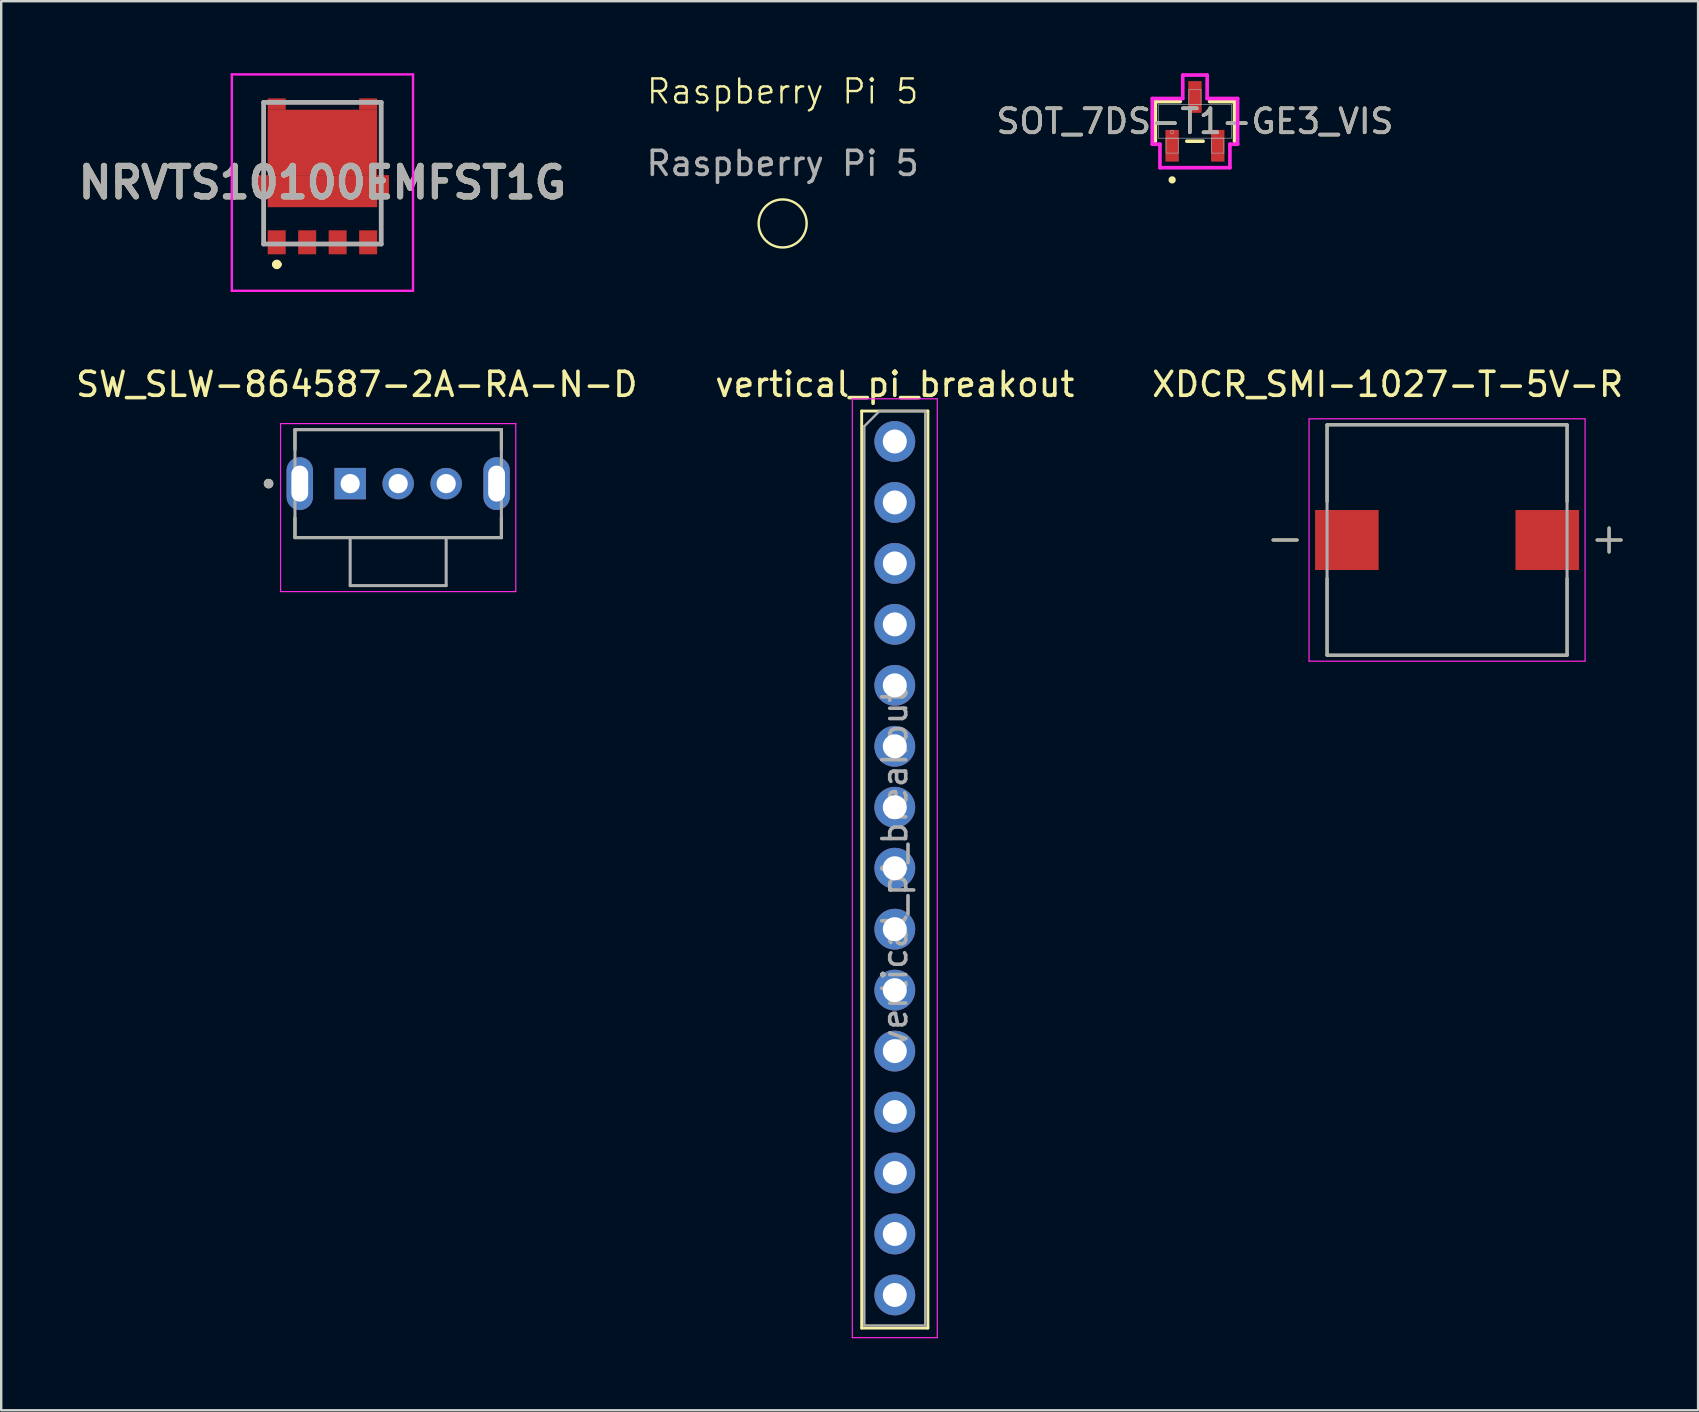
<source format=kicad_pcb>
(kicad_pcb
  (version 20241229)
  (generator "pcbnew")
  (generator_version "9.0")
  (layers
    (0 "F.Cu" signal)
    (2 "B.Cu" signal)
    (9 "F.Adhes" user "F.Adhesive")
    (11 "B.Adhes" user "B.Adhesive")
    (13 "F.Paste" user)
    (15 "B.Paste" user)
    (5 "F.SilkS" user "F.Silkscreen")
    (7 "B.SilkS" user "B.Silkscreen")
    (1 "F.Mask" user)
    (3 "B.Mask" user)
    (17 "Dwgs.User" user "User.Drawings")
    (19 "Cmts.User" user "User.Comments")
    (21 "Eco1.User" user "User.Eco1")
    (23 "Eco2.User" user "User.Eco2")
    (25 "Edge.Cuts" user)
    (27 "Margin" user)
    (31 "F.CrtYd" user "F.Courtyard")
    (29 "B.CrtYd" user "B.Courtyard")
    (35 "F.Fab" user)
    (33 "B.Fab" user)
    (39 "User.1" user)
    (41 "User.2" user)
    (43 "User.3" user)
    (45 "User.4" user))
  (footprint "Raspberry Pi 5"
    (layer "F.Cu")
    (at 29.559 1.26)
    (property "Reference" "Raspberry Pi 5" (at 0 -0.5 0) (unlocked yes) (layer "F.SilkS") (effects (font (size 1 1) (thickness 0.1))))
    (attr board_only)
    (fp_circle (center 0 5) (end 0 4) (stroke (width 0.1) (type default)) (fill no) (layer "F.SilkS"))
    (fp_text user "${REFERENCE}" (at 0 2.5 0) (unlocked yes) (layer "F.Fab") (effects (font (size 1 1) (thickness 0.15)))))
  (footprint "SOT_7DS-T1-GE3_VIS"
    (layer "F.Cu")
    (at 46.738 2.007)
    (property "Reference" "SOT_7DS-T1-GE3_VIS" (at 0 0 0) (unlocked yes) (layer "F.SilkS") (effects (font (size 1 1) (thickness 0.15))))
    (attr smd)
    (fp_line (start -1.651 -0.826) (end -1.651 0.826) (stroke (width 0.152) (type solid)) (layer "F.SilkS"))
    (fp_line (start -0.612 -0.826) (end -1.651 -0.826) (stroke (width 0.152) (type solid)) (layer "F.SilkS"))
    (fp_line (start -0.338 0.826) (end 0.338 0.826) (stroke (width 0.152) (type solid)) (layer "F.SilkS"))
    (fp_line (start 1.651 -0.826) (end 0.612 -0.826) (stroke (width 0.152) (type solid)) (layer "F.SilkS"))
    (fp_line (start 1.651 0.826) (end 1.651 -0.826) (stroke (width 0.152) (type solid)) (layer "F.SilkS"))
    (fp_circle (center -0.95 2.438) (end -0.874 2.438) (stroke (width 0.152) (type solid)) (fill no) (layer "F.SilkS"))
    (fp_line (start -1.778 -0.953) (end -0.508 -0.953) (stroke (width 0.152) (type solid)) (layer "F.CrtYd"))
    (fp_line (start -1.778 0.953) (end -1.778 -0.953) (stroke (width 0.152) (type solid)) (layer "F.CrtYd"))
    (fp_line (start -1.778 0.953) (end -1.458 0.953) (stroke (width 0.152) (type solid)) (layer "F.CrtYd"))
    (fp_line (start -1.458 0.953) (end -1.458 1.93) (stroke (width 0.152) (type solid)) (layer "F.CrtYd"))
    (fp_line (start -1.458 1.93) (end 1.458 1.93) (stroke (width 0.152) (type solid)) (layer "F.CrtYd"))
    (fp_line (start -0.508 -1.93) (end 0.508 -1.93) (stroke (width 0.152) (type solid)) (layer "F.CrtYd"))
    (fp_line (start -0.508 -0.953) (end -0.508 -1.93) (stroke (width 0.152) (type solid)) (layer "F.CrtYd"))
    (fp_line (start 0.508 -0.953) (end 0.508 -1.93) (stroke (width 0.152) (type solid)) (layer "F.CrtYd"))
    (fp_line (start 1.458 0.953) (end 1.458 1.93) (stroke (width 0.152) (type solid)) (layer "F.CrtYd"))
    (fp_line (start 1.778 -0.953) (end 0.508 -0.953) (stroke (width 0.152) (type solid)) (layer "F.CrtYd"))
    (fp_line (start 1.778 -0.953) (end 1.778 0.953) (stroke (width 0.152) (type solid)) (layer "F.CrtYd"))
    (fp_line (start 1.778 0.953) (end 1.458 0.953) (stroke (width 0.152) (type solid)) (layer "F.CrtYd"))
    (fp_line (start -1.524 -0.699) (end -1.524 0.699) (stroke (width 0.025) (type solid)) (layer "F.Fab"))
    (fp_line (start -1.524 0.699) (end 1.524 0.699) (stroke (width 0.025) (type solid)) (layer "F.Fab"))
    (fp_line (start -1.204 0.699) (end -1.204 1.321) (stroke (width 0.025) (type solid)) (layer "F.Fab"))
    (fp_line (start -1.204 1.321) (end -0.696 1.321) (stroke (width 0.025) (type solid)) (layer "F.Fab"))
    (fp_line (start -0.696 0.699) (end -1.204 0.699) (stroke (width 0.025) (type solid)) (layer "F.Fab"))
    (fp_line (start -0.696 1.321) (end -0.696 0.699) (stroke (width 0.025) (type solid)) (layer "F.Fab"))
    (fp_line (start -0.254 -1.321) (end -0.254 -0.699) (stroke (width 0.025) (type solid)) (layer "F.Fab"))
    (fp_line (start -0.254 -0.699) (end 0.254 -0.699) (stroke (width 0.025) (type solid)) (layer "F.Fab"))
    (fp_line (start 0.254 -1.321) (end -0.254 -1.321) (stroke (width 0.025) (type solid)) (layer "F.Fab"))
    (fp_line (start 0.254 -0.699) (end 0.254 -1.321) (stroke (width 0.025) (type solid)) (layer "F.Fab"))
    (fp_line (start 0.696 0.699) (end 0.696 1.321) (stroke (width 0.025) (type solid)) (layer "F.Fab"))
    (fp_line (start 0.696 1.321) (end 1.204 1.321) (stroke (width 0.025) (type solid)) (layer "F.Fab"))
    (fp_line (start 1.204 0.699) (end 0.696 0.699) (stroke (width 0.025) (type solid)) (layer "F.Fab"))
    (fp_line (start 1.204 1.321) (end 1.204 0.699) (stroke (width 0.025) (type solid)) (layer "F.Fab"))
    (fp_line (start 1.524 -0.699) (end -1.524 -0.699) (stroke (width 0.025) (type solid)) (layer "F.Fab"))
    (fp_line (start 1.524 0.699) (end 1.524 -0.699) (stroke (width 0.025) (type solid)) (layer "F.Fab"))
    (fp_circle (center -0.95 0.445) (end -0.874 0.445) (stroke (width 0.025) (type solid)) (fill no) (layer "F.Fab"))
    (fp_text user "${REFERENCE}" (at 0 0 0) (unlocked yes) (layer "F.Fab") (effects (font (size 1 1) (thickness 0.15))))
    (pad "1" smd rect (at -0.95 1.016) (size 0.559 1.321) (layers "F.Cu" "F.Mask" "F.Paste"))
    (pad "2" smd rect (at 0.95 1.016) (size 0.559 1.321) (layers "F.Cu" "F.Mask" "F.Paste"))
    (pad "3" smd rect (at 0 -1.016) (size 0.559 1.321) (layers "F.Cu" "F.Mask" "F.Paste")))
  (footprint "XDCR_SMI-1027-T-5V-R"
    (layer "F.Cu")
    (at 57.243 19.45)
    (property "Reference" "XDCR_SMI-1027-T-5V-R" (at -2.475 -6.485 0) (layer "F.SilkS") (effects (font (size 1 1) (thickness 0.15))))
    (attr smd)
    (fp_line (start -6.25 0) (end -7.25 0) (stroke (width 0.127) (type solid)) (layer "F.SilkS"))
    (fp_line (start -5 -4.8) (end 5 -4.8) (stroke (width 0.127) (type solid)) (layer "F.SilkS"))
    (fp_line (start -5 -1.6) (end -5 -4.8) (stroke (width 0.127) (type solid)) (layer "F.SilkS"))
    (fp_line (start -5 4.8) (end -5 1.6) (stroke (width 0.127) (type solid)) (layer "F.SilkS"))
    (fp_line (start 5 -4.8) (end 5 -1.6) (stroke (width 0.127) (type solid)) (layer "F.SilkS"))
    (fp_line (start 5 1.6) (end 5 4.8) (stroke (width 0.127) (type solid)) (layer "F.SilkS"))
    (fp_line (start 5 4.8) (end -5 4.8) (stroke (width 0.127) (type solid)) (layer "F.SilkS"))
    (fp_line (start 6.25 0) (end 7.25 0) (stroke (width 0.127) (type solid)) (layer "F.SilkS"))
    (fp_line (start 6.75 -0.5) (end 6.75 0.5) (stroke (width 0.127) (type solid)) (layer "F.SilkS"))
    (fp_line (start -5.75 -5.05) (end -5.75 5.05) (stroke (width 0.05) (type solid)) (layer "F.CrtYd"))
    (fp_line (start -5.75 5.05) (end 5.75 5.05) (stroke (width 0.05) (type solid)) (layer "F.CrtYd"))
    (fp_line (start 5.75 -5.05) (end -5.75 -5.05) (stroke (width 0.05) (type solid)) (layer "F.CrtYd"))
    (fp_line (start 5.75 5.05) (end 5.75 -5.05) (stroke (width 0.05) (type solid)) (layer "F.CrtYd"))
    (fp_line (start -7.25 0) (end -6.25 0) (stroke (width 0.127) (type solid)) (layer "F.Fab"))
    (fp_line (start -5 -4.8) (end -5 4.8) (stroke (width 0.127) (type solid)) (layer "F.Fab"))
    (fp_line (start -5 4.8) (end 5 4.8) (stroke (width 0.127) (type solid)) (layer "F.Fab"))
    (fp_line (start 5 -4.8) (end -5 -4.8) (stroke (width 0.127) (type solid)) (layer "F.Fab"))
    (fp_line (start 5 4.8) (end 5 -4.8) (stroke (width 0.127) (type solid)) (layer "F.Fab"))
    (fp_line (start 6.75 -0.5) (end 6.75 0.5) (stroke (width 0.127) (type solid)) (layer "F.Fab"))
    (fp_line (start 7.25 0) (end 6.25 0) (stroke (width 0.127) (type solid)) (layer "F.Fab"))
    (pad "1" smd rect (at 4.175 0) (size 2.65 2.5) (layers "F.Cu" "F.Mask" "F.Paste"))
    (pad "2" smd rect (at -4.175 0) (size 2.65 2.5) (layers "F.Cu" "F.Mask" "F.Paste")))
  (footprint "vertical_pi_breakout"
    (layer "F.Cu")
    (at 34.232 15.345)
    (property "Reference" "vertical_pi_breakout" (at 0 -2.38 0) (layer "F.SilkS") (effects (font (size 1 1) (thickness 0.15))))
    (attr through_hole)
    (fp_line (start -1.38 -1.27) (end -1.38 36.94) (stroke (width 0.12) (type solid)) (layer "F.SilkS"))
    (fp_line (start -1.38 -1.27) (end 1.38 -1.27) (stroke (width 0.12) (type solid)) (layer "F.SilkS"))
    (fp_line (start -1.38 36.94) (end 1.38 36.94) (stroke (width 0.12) (type solid)) (layer "F.SilkS"))
    (fp_line (start 1.38 -1.27) (end 1.38 36.94) (stroke (width 0.12) (type solid)) (layer "F.SilkS"))
    (fp_line (start -1.77 -1.78) (end -1.77 37.34) (stroke (width 0.05) (type solid)) (layer "F.CrtYd"))
    (fp_line (start -1.77 37.34) (end 1.77 37.34) (stroke (width 0.05) (type solid)) (layer "F.CrtYd"))
    (fp_line (start 1.77 -1.78) (end -1.77 -1.78) (stroke (width 0.05) (type solid)) (layer "F.CrtYd"))
    (fp_line (start 1.77 37.34) (end 1.77 -1.78) (stroke (width 0.05) (type solid)) (layer "F.CrtYd"))
    (fp_line (start -1.27 -0.635) (end -0.635 -1.27) (stroke (width 0.1) (type solid)) (layer "F.Fab"))
    (fp_line (start -1.27 36.83) (end -1.27 -0.635) (stroke (width 0.1) (type solid)) (layer "F.Fab"))
    (fp_line (start -0.635 -1.27) (end 1.27 -1.27) (stroke (width 0.1) (type solid)) (layer "F.Fab"))
    (fp_line (start 1.27 -1.27) (end 1.27 36.83) (stroke (width 0.1) (type solid)) (layer "F.Fab"))
    (fp_line (start 1.27 36.83) (end -1.27 36.83) (stroke (width 0.1) (type solid)) (layer "F.Fab"))
    (fp_text user "${REFERENCE}" (at 0 17.78 90) (layer "F.Fab") (effects (font (size 1 1) (thickness 0.15))))
    (pad "1" thru_hole circle (at 0 0) (size 1.7 1.7) (drill 1) (layers "*.Cu" "*.Mask"))
    (pad "2" thru_hole circle (at 0 2.54) (size 1.7 1.7) (drill 1) (layers "*.Cu" "*.Mask"))
    (pad "3" thru_hole circle (at 0 5.08) (size 1.7 1.7) (drill 1) (layers "*.Cu" "*.Mask"))
    (pad "4" thru_hole circle (at 0 7.62) (size 1.7 1.7) (drill 1) (layers "*.Cu" "*.Mask"))
    (pad "5" thru_hole circle (at 0 10.16) (size 1.7 1.7) (drill 1) (layers "*.Cu" "*.Mask"))
    (pad "6" thru_hole circle (at 0 12.7) (size 1.7 1.7) (drill 1) (layers "*.Cu" "*.Mask"))
    (pad "7" thru_hole circle (at 0 15.24) (size 1.7 1.7) (drill 1) (layers "*.Cu" "*.Mask"))
    (pad "8" thru_hole circle (at 0 17.78) (size 1.7 1.7) (drill 1) (layers "*.Cu" "*.Mask"))
    (pad "9" thru_hole circle (at 0 20.32) (size 1.7 1.7) (drill 1) (layers "*.Cu" "*.Mask"))
    (pad "10" thru_hole circle (at 0 22.86) (size 1.7 1.7) (drill 1) (layers "*.Cu" "*.Mask"))
    (pad "11" thru_hole circle (at 0 25.4) (size 1.7 1.7) (drill 1) (layers "*.Cu" "*.Mask"))
    (pad "12" thru_hole circle (at 0 27.94) (size 1.7 1.7) (drill 1) (layers "*.Cu" "*.Mask"))
    (pad "13" thru_hole circle (at 0 30.48) (size 1.7 1.7) (drill 1) (layers "*.Cu" "*.Mask"))
    (pad "14" thru_hole circle (at 0 33.02) (size 1.7 1.7) (drill 1) (layers "*.Cu" "*.Mask"))
    (pad "15" thru_hole circle (at 0 35.56) (size 1.7 1.7) (drill 1) (layers "*.Cu" "*.Mask")))
  (footprint "SW_SLW-864587-2A-RA-N-D"
    (layer "F.Cu")
    (at 13.54 17.1)
    (property "Reference" "SW_SLW-864587-2A-RA-N-D" (at -1.725 -4.135 0) (layer "F.SilkS") (effects (font (size 1 1) (thickness 0.15))))
    (attr through_hole)
    (fp_line (start -4.3 -2.25) (end -4.3 -1.42) (stroke (width 0.127) (type solid)) (layer "F.SilkS"))
    (fp_line (start -4.3 2.25) (end -4.3 1.42) (stroke (width 0.127) (type solid)) (layer "F.SilkS"))
    (fp_line (start -4.3 2.25) (end -2 2.25) (stroke (width 0.127) (type solid)) (layer "F.SilkS"))
    (fp_line (start -2 2.25) (end 2 2.25) (stroke (width 0.127) (type solid)) (layer "F.SilkS"))
    (fp_line (start 2 2.25) (end 4.3 2.25) (stroke (width 0.127) (type solid)) (layer "F.SilkS"))
    (fp_line (start 4.3 -2.25) (end -4.3 -2.25) (stroke (width 0.127) (type solid)) (layer "F.SilkS"))
    (fp_line (start 4.3 -1.42) (end 4.3 -2.25) (stroke (width 0.127) (type solid)) (layer "F.SilkS"))
    (fp_line (start 4.3 2.25) (end 4.3 1.42) (stroke (width 0.127) (type solid)) (layer "F.SilkS"))
    (fp_circle (center -5.4 0) (end -5.3 0) (stroke (width 0.2) (type solid)) (fill no) (layer "F.SilkS"))
    (fp_line (start -4.9 -2.5) (end -4.9 4.5) (stroke (width 0.05) (type solid)) (layer "F.CrtYd"))
    (fp_line (start -4.9 4.5) (end 4.9 4.5) (stroke (width 0.05) (type solid)) (layer "F.CrtYd"))
    (fp_line (start 4.9 -2.5) (end -4.9 -2.5) (stroke (width 0.05) (type solid)) (layer "F.CrtYd"))
    (fp_line (start 4.9 4.5) (end 4.9 -2.5) (stroke (width 0.05) (type solid)) (layer "F.CrtYd"))
    (fp_line (start -4.3 -2.25) (end -4.3 2.25) (stroke (width 0.127) (type solid)) (layer "F.Fab"))
    (fp_line (start -4.3 2.25) (end -2 2.25) (stroke (width 0.127) (type solid)) (layer "F.Fab"))
    (fp_line (start -2 2.25) (end -2 4.25) (stroke (width 0.127) (type solid)) (layer "F.Fab"))
    (fp_line (start -2 2.25) (end 2 2.25) (stroke (width 0.127) (type solid)) (layer "F.Fab"))
    (fp_line (start -2 4.25) (end 2 4.25) (stroke (width 0.127) (type solid)) (layer "F.Fab"))
    (fp_line (start 2 2.25) (end 4.3 2.25) (stroke (width 0.127) (type solid)) (layer "F.Fab"))
    (fp_line (start 2 4.25) (end 2 2.25) (stroke (width 0.127) (type solid)) (layer "F.Fab"))
    (fp_line (start 4.3 -2.25) (end -4.3 -2.25) (stroke (width 0.127) (type solid)) (layer "F.Fab"))
    (fp_line (start 4.3 2.25) (end 4.3 -2.25) (stroke (width 0.127) (type solid)) (layer "F.Fab"))
    (fp_circle (center -5.4 0) (end -5.3 0) (stroke (width 0.2) (type solid)) (fill no) (layer "F.Fab"))
    (pad "1" thru_hole rect (at -2 0) (size 1.308 1.308) (drill 0.8) (layers "*.Cu" "*.Mask"))
    (pad "2" thru_hole circle (at 0 0) (size 1.308 1.308) (drill 0.8) (layers "*.Cu" "*.Mask"))
    (pad "3" thru_hole circle (at 2 0) (size 1.308 1.308) (drill 0.8) (layers "*.Cu" "*.Mask"))
    (pad "SH1" thru_hole oval (at -4.1 0) (size 1.1 2.2) (drill oval 0.7 1.5) (layers "*.Cu" "*.Mask"))
    (pad "SH2" thru_hole oval (at 4.1 0) (size 1.1 2.2) (drill oval 0.7 1.5) (layers "*.Cu" "*.Mask")))
  (footprint "NRVTS10100EMFST1G"
    (layer "F.Cu")
    (at 8.479 7.067)
    (property "Reference" "NRVTS10100EMFST1G" (at 1.905 -2.509 0) (layer "F.SilkS") (effects (font (size 1.27 1.27) (thickness 0.254))))
    (attr smd)
    (fp_line (start -0.545 -5.4) (end -0.545 -3.4) (stroke (width 0.1) (type solid)) (layer "F.SilkS"))
    (fp_line (start -0.545 -1.4) (end -0.545 -0.9) (stroke (width 0.1) (type solid)) (layer "F.SilkS"))
    (fp_line (start -0.095 0.9) (end -0.095 0.9) (stroke (width 0.2) (type solid)) (layer "F.SilkS"))
    (fp_line (start 0.105 0.9) (end 0.105 0.9) (stroke (width 0.2) (type solid)) (layer "F.SilkS"))
    (fp_line (start 0.905 -5.85) (end 2.905 -5.85) (stroke (width 0.1) (type solid)) (layer "F.SilkS"))
    (fp_line (start 4.355 -5.4) (end 4.355 -3.4) (stroke (width 0.1) (type solid)) (layer "F.SilkS"))
    (fp_line (start 4.355 -1.4) (end 4.355 -0.9) (stroke (width 0.1) (type solid)) (layer "F.SilkS"))
    (fp_arc (start -0.095 0.9) (mid 0.005 0.8) (end 0.105 0.9) (stroke (width 0.2) (type solid)) (layer "F.SilkS"))
    (fp_arc (start 0.105 0.9) (mid 0.005 1) (end -0.095 0.9) (stroke (width 0.2) (type solid)) (layer "F.SilkS"))
    (fp_line (start -1.87 -7.017) (end 5.68 -7.017) (stroke (width 0.1) (type solid)) (layer "F.CrtYd"))
    (fp_line (start -1.87 2) (end -1.87 -7.017) (stroke (width 0.1) (type solid)) (layer "F.CrtYd"))
    (fp_line (start 5.68 -7.017) (end 5.68 2) (stroke (width 0.1) (type solid)) (layer "F.CrtYd"))
    (fp_line (start 5.68 2) (end -1.87 2) (stroke (width 0.1) (type solid)) (layer "F.CrtYd"))
    (fp_line (start -0.545 -5.85) (end 4.355 -5.85) (stroke (width 0.2) (type solid)) (layer "F.Fab"))
    (fp_line (start -0.545 0.05) (end -0.545 -5.85) (stroke (width 0.2) (type solid)) (layer "F.Fab"))
    (fp_line (start 4.355 -5.85) (end 4.355 0.05) (stroke (width 0.2) (type solid)) (layer "F.Fab"))
    (fp_line (start 4.355 0.05) (end -0.545 0.05) (stroke (width 0.2) (type solid)) (layer "F.Fab"))
    (fp_text user "${REFERENCE}" (at 1.905 -2.509 0) (layer "F.Fab") (effects (font (size 1.27 1.27) (thickness 0.254))))
    (pad "1" smd rect (at 0 -0.021) (size 0.75 1) (layers "F.Cu" "F.Mask" "F.Paste"))
    (pad "2" smd rect (at 1.27 -0.021) (size 0.75 1) (layers "F.Cu" "F.Mask" "F.Paste"))
    (pad "3" smd rect (at 2.54 -0.021) (size 0.75 1) (layers "F.Cu" "F.Mask" "F.Paste"))
    (pad "4" smd rect (at 3.81 -0.021) (size 0.75 1) (layers "F.Cu" "F.Mask" "F.Paste"))
    (pad "5" smd rect (at 3.81 -5.779 90) (size 0.475 0.75) (layers "F.Cu" "F.Mask" "F.Paste"))
    (pad "6" smd rect (at 0 -5.779 90) (size 0.475 0.75) (layers "F.Cu" "F.Mask" "F.Paste"))
    (pad "7" smd rect (at 1.905 -4.179 90) (size 2.73 4.56) (layers "F.Cu" "F.Mask" "F.Paste"))
    (pad "8" smd rect (at 1.905 -2.364 90) (size 0.91 5.55) (layers "F.Cu" "F.Mask" "F.Paste"))
    (pad "9" smd rect (at 1.905 -1.699 90) (size 0.43 4.56) (layers "F.Cu" "F.Mask" "F.Paste")))
  (gr_rect
    (start -3 -3)
    (end 67.702 55.71)
    (stroke (width 0.1) (type default))
    (fill no)
    (layer "Edge.Cuts")))
</source>
